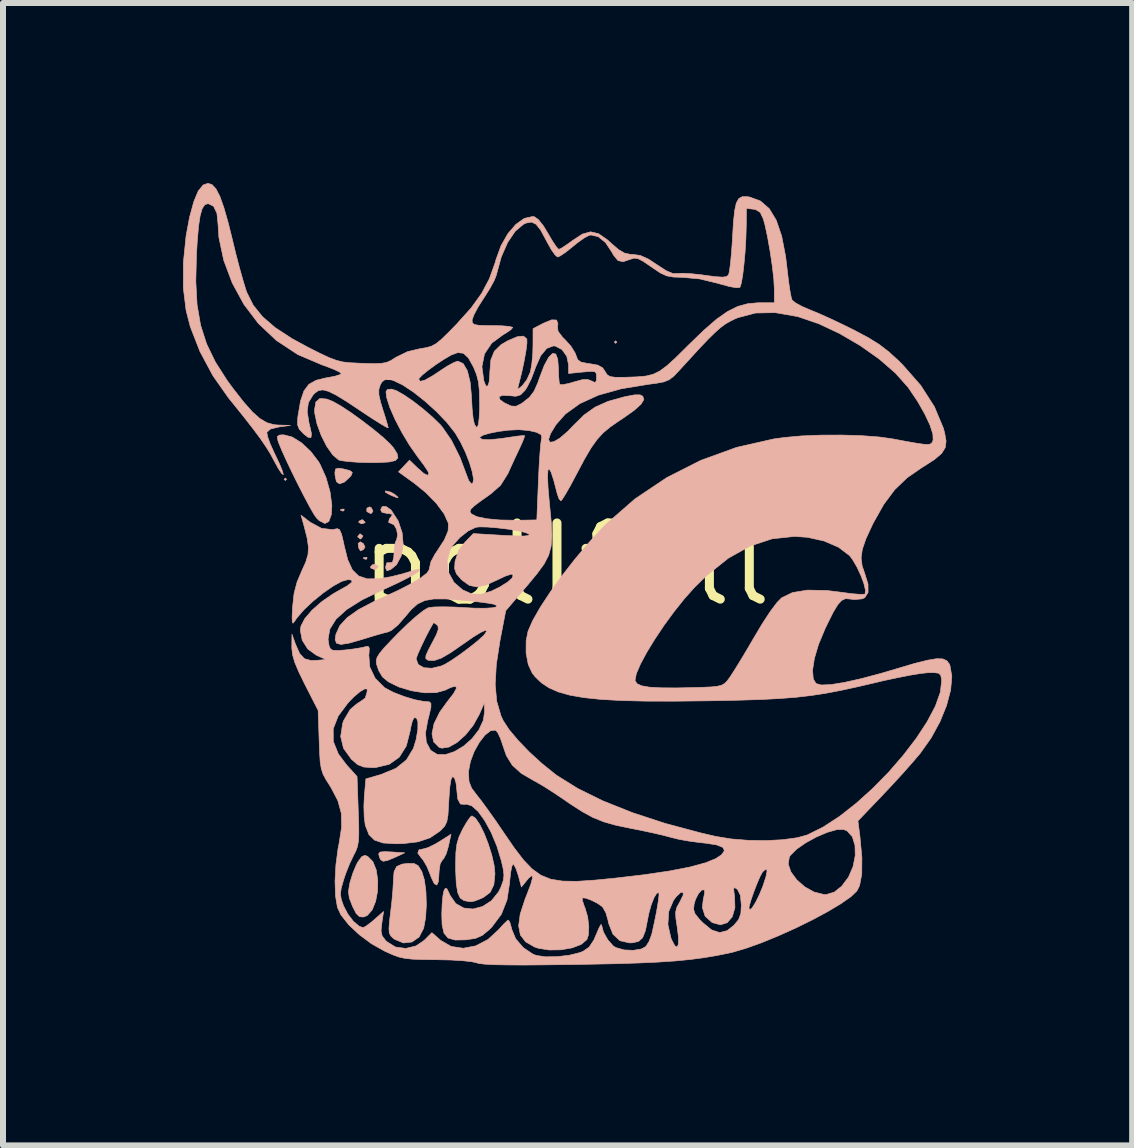
<source format=kicad_pcb>
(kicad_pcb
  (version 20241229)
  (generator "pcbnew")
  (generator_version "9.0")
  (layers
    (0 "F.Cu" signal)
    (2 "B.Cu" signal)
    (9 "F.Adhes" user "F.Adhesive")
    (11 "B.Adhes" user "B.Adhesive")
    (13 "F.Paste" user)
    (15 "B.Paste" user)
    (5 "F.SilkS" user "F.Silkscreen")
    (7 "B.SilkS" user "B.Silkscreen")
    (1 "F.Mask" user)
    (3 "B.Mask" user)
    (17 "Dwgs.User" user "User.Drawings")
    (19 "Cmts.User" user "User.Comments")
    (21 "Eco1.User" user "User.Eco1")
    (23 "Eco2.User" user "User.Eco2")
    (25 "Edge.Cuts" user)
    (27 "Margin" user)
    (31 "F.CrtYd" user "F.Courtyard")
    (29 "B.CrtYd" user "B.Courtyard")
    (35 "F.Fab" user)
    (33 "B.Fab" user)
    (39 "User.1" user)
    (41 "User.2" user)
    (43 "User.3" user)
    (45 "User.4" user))
  (footprint "pollfoll"
    (layer "F.Cu")
    (at 6.383 6.355)
    (property "Reference" "pollfoll" (at 0 0 0) (layer "F.SilkS") (effects (font (size 1.27 1.27) (thickness 0.15))))
    (attr through_hole)
    (fp_poly (pts (xy -4.657 -1.418) (xy -4.678 -1.397) (xy -4.699 -1.418) (xy -4.678 -1.439) (xy -4.657 -1.418)) (stroke (width 0.01) (type solid)) (fill yes) (layer "B.SilkS"))
    (fp_poly (pts (xy 0.847 -3.704) (xy 0.826 -3.683) (xy 0.804 -3.704) (xy 0.826 -3.725) (xy 0.847 -3.704)) (stroke (width 0.01) (type solid)) (fill yes) (layer "B.SilkS"))
    (fp_poly (pts (xy -3.697 -0.917) (xy -3.703 -0.892) (xy -3.725 -0.889) (xy -3.76 -0.904) (xy -3.754 -0.917) (xy -3.703 -0.922) (xy -3.697 -0.917)) (stroke (width 0.01) (type solid)) (fill yes) (layer "B.SilkS"))
    (fp_poly (pts (xy -3.316 -0.113) (xy -3.322 -0.088) (xy -3.344 -0.085) (xy -3.379 -0.1) (xy -3.373 -0.113) (xy -3.322 -0.118) (xy -3.316 -0.113)) (stroke (width 0.01) (type solid)) (fill yes) (layer "B.SilkS"))
    (fp_poly (pts (xy -3.384 -0.739) (xy -3.346 -0.698) (xy -3.389 -0.678) (xy -3.41 -0.677) (xy -3.454 -0.698) (xy -3.45 -0.72) (xy -3.399 -0.745) (xy -3.384 -0.739)) (stroke (width 0.01) (type solid)) (fill yes) (layer "B.SilkS"))
    (fp_poly (pts (xy -3.377 -0.346) (xy -3.35 -0.288) (xy -3.377 -0.247) (xy -3.424 -0.224) (xy -3.454 -0.27) (xy -3.464 -0.349) (xy -3.429 -0.376) (xy -3.377 -0.346)) (stroke (width 0.01) (type solid)) (fill yes) (layer "B.SilkS"))
    (fp_poly (pts (xy -3.388 -0.476) (xy -3.387 -0.466) (xy -3.419 -0.425) (xy -3.429 -0.423) (xy -3.47 -0.456) (xy -3.471 -0.466) (xy -3.439 -0.507) (xy -3.429 -0.508) (xy -3.388 -0.476)) (stroke (width 0.01) (type solid)) (fill yes) (layer "B.SilkS"))
    (fp_poly (pts (xy -3.244 -0.944) (xy -3.218 -0.886) (xy -3.245 -0.848) (xy -3.257 -0.847) (xy -3.315 -0.877) (xy -3.321 -0.886) (xy -3.319 -0.936) (xy -3.275 -0.958) (xy -3.244 -0.944)) (stroke (width 0.01) (type solid)) (fill yes) (layer "B.SilkS"))
    (fp_poly (pts (xy -3.14 0.023) (xy -3.133 0.042) (xy -3.167 0.08) (xy -3.196 0.085) (xy -3.253 0.062) (xy -3.26 0.042) (xy -3.225 0.005) (xy -3.196 0) (xy -3.14 0.023)) (stroke (width 0.01) (type solid)) (fill yes) (layer "B.SilkS"))
    (fp_poly (pts (xy -2.919 -1.203) (xy -2.855 -1.166) (xy -2.798 -1.117) (xy -2.811 -1.109) (xy -2.895 -1.142) (xy -2.942 -1.163) (xy -3.009 -1.201) (xy -3.012 -1.223) (xy -3.003 -1.224) (xy -2.919 -1.203)) (stroke (width 0.01) (type solid)) (fill yes) (layer "B.SilkS"))
    (fp_poly (pts (xy -2.894 4.793) (xy -2.688 4.807) (xy -2.846 4.88) (xy -2.974 4.934) (xy -3.048 4.948) (xy -3.09 4.921) (xy -3.108 4.883) (xy -3.123 4.824) (xy -3.099 4.794) (xy -3.021 4.787) (xy -2.894 4.793)) (stroke (width 0.01) (type solid)) (fill yes) (layer "B.SilkS"))
    (fp_poly (pts (xy -3.718 -1.592) (xy -3.604 -1.564) (xy -3.562 -1.532) (xy -3.581 -1.482) (xy -3.599 -1.459) (xy -3.694 -1.371) (xy -3.775 -1.342) (xy -3.825 -1.376) (xy -3.827 -1.38) (xy -3.849 -1.479) (xy -3.852 -1.533) (xy -3.841 -1.59) (xy -3.789 -1.603) (xy -3.718 -1.592)) (stroke (width 0.01) (type solid)) (fill yes) (layer "B.SilkS"))
    (fp_poly (pts (xy -3.306 4.866) (xy -3.219 4.954) (xy -3.163 5.093) (xy -3.138 5.263) (xy -3.141 5.444) (xy -3.173 5.615) (xy -3.231 5.758) (xy -3.313 5.852) (xy -3.377 5.877) (xy -3.442 5.871) (xy -3.496 5.82) (xy -3.555 5.706) (xy -3.56 5.694) (xy -3.612 5.56) (xy -3.626 5.452) (xy -3.606 5.325) (xy -3.599 5.295) (xy -3.551 5.141) (xy -3.49 4.997) (xy -3.469 4.959) (xy -3.406 4.872) (xy -3.353 4.849) (xy -3.306 4.866)) (stroke (width 0.01) (type solid)) (fill yes) (layer "B.SilkS"))
    (fp_poly (pts (xy -1.959 4.693) (xy -1.995 4.817) (xy -2.039 4.904) (xy -2.058 4.923) (xy -2.098 4.99) (xy -2.116 5.117) (xy -2.117 5.143) (xy -2.127 5.285) (xy -2.154 5.344) (xy -2.196 5.321) (xy -2.248 5.213) (xy -2.263 5.17) (xy -2.319 5.034) (xy -2.384 4.923) (xy -2.414 4.889) (xy -2.471 4.811) (xy -2.452 4.758) (xy -2.376 4.741) (xy -2.3 4.72) (xy -2.186 4.664) (xy -2.11 4.619) (xy -1.917 4.497) (xy -1.959 4.693)) (stroke (width 0.01) (type solid)) (fill yes) (layer "B.SilkS"))
    (fp_poly (pts (xy -4.565 -2.123) (xy -4.409 -2.026) (xy -4.256 -1.883) (xy -4.124 -1.71) (xy -4.1 -1.669) (xy -4.001 -1.449) (xy -3.933 -1.21) (xy -3.903 -0.984) (xy -3.912 -0.828) (xy -3.953 -0.715) (xy -4.019 -0.681) (xy -4.111 -0.728) (xy -4.154 -0.768) (xy -4.2 -0.833) (xy -4.272 -0.958) (xy -4.362 -1.127) (xy -4.462 -1.322) (xy -4.563 -1.526) (xy -4.657 -1.723) (xy -4.735 -1.895) (xy -4.789 -2.026) (xy -4.802 -2.064) (xy -4.812 -2.131) (xy -4.772 -2.156) (xy -4.705 -2.159) (xy -4.565 -2.123)) (stroke (width 0.01) (type solid)) (fill yes) (layer "B.SilkS"))
    (fp_poly (pts (xy -3.986 -2.755) (xy -3.885 -2.714) (xy -3.749 -2.637) (xy -3.579 -2.525) (xy -3.394 -2.391) (xy -3.211 -2.25) (xy -3.05 -2.117) (xy -2.929 -2.004) (xy -2.877 -1.944) (xy -2.815 -1.845) (xy -2.802 -1.775) (xy -2.844 -1.73) (xy -2.951 -1.706) (xy -3.129 -1.697) (xy -3.269 -1.696) (xy -3.461 -1.701) (xy -3.628 -1.713) (xy -3.748 -1.729) (xy -3.789 -1.74) (xy -3.888 -1.824) (xy -3.989 -1.968) (xy -4.08 -2.148) (xy -4.15 -2.34) (xy -4.188 -2.519) (xy -4.191 -2.579) (xy -4.169 -2.706) (xy -4.102 -2.765) (xy -3.986 -2.755)) (stroke (width 0.01) (type solid)) (fill yes) (layer "B.SilkS"))
    (fp_poly (pts (xy -2.53 4.986) (xy -2.464 5.022) (xy -2.407 5.114) (xy -2.403 5.122) (xy -2.36 5.261) (xy -2.335 5.454) (xy -2.328 5.672) (xy -2.34 5.885) (xy -2.373 6.064) (xy -2.449 6.21) (xy -2.568 6.293) (xy -2.71 6.309) (xy -2.855 6.249) (xy -2.877 6.233) (xy -2.921 6.192) (xy -2.945 6.145) (xy -2.951 6.072) (xy -2.942 5.951) (xy -2.924 5.8) (xy -2.902 5.61) (xy -2.886 5.429) (xy -2.878 5.292) (xy -2.878 5.272) (xy -2.866 5.121) (xy -2.823 5.035) (xy -2.732 4.995) (xy -2.643 4.984) (xy -2.53 4.986)) (stroke (width 0.01) (type solid)) (fill yes) (layer "B.SilkS"))
    (fp_poly (pts (xy -1.51 4.229) (xy -1.44 4.332) (xy -1.366 4.48) (xy -1.297 4.655) (xy -1.239 4.839) (xy -1.199 5.014) (xy -1.185 5.153) (xy -1.203 5.339) (xy -1.265 5.466) (xy -1.38 5.552) (xy -1.42 5.57) (xy -1.525 5.611) (xy -1.596 5.622) (xy -1.677 5.608) (xy -1.704 5.601) (xy -1.764 5.56) (xy -1.806 5.468) (xy -1.83 5.314) (xy -1.84 5.09) (xy -1.84 4.995) (xy -1.836 4.801) (xy -1.819 4.661) (xy -1.784 4.542) (xy -1.724 4.415) (xy -1.723 4.413) (xy -1.655 4.295) (xy -1.598 4.214) (xy -1.569 4.191) (xy -1.51 4.229)) (stroke (width 0.01) (type solid)) (fill yes) (layer "B.SilkS"))
    (fp_poly (pts (xy -2.998 -0.964) (xy -2.919 -0.908) (xy -2.912 -0.9) (xy -2.797 -0.723) (xy -2.731 -0.525) (xy -2.714 -0.325) (xy -2.746 -0.141) (xy -2.826 0.007) (xy -2.921 0.085) (xy -2.985 0.107) (xy -3.005 0.066) (xy -3.006 0.039) (xy -2.987 -0.027) (xy -2.942 -0.027) (xy -2.893 -0.033) (xy -2.872 -0.11) (xy -2.871 -0.118) (xy -2.862 -0.256) (xy -2.852 -0.335) (xy -2.839 -0.381) (xy -2.823 -0.411) (xy -2.807 -0.491) (xy -2.825 -0.586) (xy -2.867 -0.659) (xy -2.904 -0.677) (xy -2.958 -0.7) (xy -2.943 -0.76) (xy -2.913 -0.796) (xy -2.893 -0.833) (xy -2.944 -0.846) (xy -2.976 -0.847) (xy -3.067 -0.867) (xy -3.09 -0.91) (xy -3.063 -0.965) (xy -2.998 -0.964)) (stroke (width 0.01) (type solid)) (fill yes) (layer "B.SilkS"))
    (fp_poly (pts (xy -5.899 -6.328) (xy -5.834 -6.258) (xy -5.769 -6.133) (xy -5.702 -5.944) (xy -5.628 -5.685) (xy -5.563 -5.422) (xy -5.503 -5.175) (xy -5.441 -4.938) (xy -5.383 -4.732) (xy -5.336 -4.577) (xy -5.319 -4.53) (xy -5.214 -4.32) (xy -5.059 -4.128) (xy -4.845 -3.944) (xy -4.563 -3.76) (xy -4.303 -3.619) (xy -4.099 -3.516) (xy -3.947 -3.445) (xy -3.827 -3.4) (xy -3.717 -3.373) (xy -3.593 -3.36) (xy -3.435 -3.352) (xy -3.403 -3.351) (xy -3.212 -3.345) (xy -3.083 -3.349) (xy -2.992 -3.365) (xy -2.917 -3.398) (xy -2.838 -3.449) (xy -2.642 -3.545) (xy -2.43 -3.595) (xy -2.326 -3.612) (xy -2.243 -3.636) (xy -2.166 -3.678) (xy -2.078 -3.749) (xy -1.963 -3.861) (xy -1.822 -4.005) (xy -1.768 -4.066) (xy -1.566 -4.066) (xy -1.56 -4.023) (xy -1.528 -3.997) (xy -1.455 -3.984) (xy -1.323 -3.98) (xy -1.228 -3.979) (xy -1.07 -3.976) (xy -0.952 -3.966) (xy -0.892 -3.951) (xy -0.889 -3.947) (xy -0.923 -3.908) (xy -1.007 -3.851) (xy -1.041 -3.832) (xy -1.238 -3.688) (xy -1.359 -3.508) (xy -1.402 -3.295) (xy -1.37 -3.059) (xy -1.337 -2.975) (xy -1.306 -2.97) (xy -1.282 -3.036) (xy -1.271 -3.166) (xy -1.27 -3.208) (xy -1.253 -3.408) (xy -1.195 -3.552) (xy -1.082 -3.662) (xy -0.973 -3.726) (xy -0.813 -3.794) (xy -0.709 -3.804) (xy -0.654 -3.757) (xy -0.653 -3.753) (xy -0.652 -3.686) (xy -0.668 -3.558) (xy -0.698 -3.391) (xy -0.737 -3.206) (xy -0.783 -3.023) (xy -0.788 -3.006) (xy -0.805 -2.934) (xy -0.787 -2.929) (xy -0.727 -2.98) (xy -0.653 -3.077) (xy -0.596 -3.203) (xy -0.593 -3.213) (xy -0.571 -3.338) (xy -0.555 -3.507) (xy -0.551 -3.647) (xy -0.55 -3.928) (xy -0.378 -4.018) (xy -0.239 -4.075) (xy -0.158 -4.072) (xy -0.135 -4.009) (xy -0.142 -3.968) (xy -0.134 -3.886) (xy -0.061 -3.788) (xy -0.017 -3.745) (xy 0.081 -3.636) (xy 0.151 -3.523) (xy 0.164 -3.488) (xy 0.194 -3.411) (xy 0.249 -3.371) (xy 0.355 -3.349) (xy 0.396 -3.344) (xy 0.531 -3.32) (xy 0.61 -3.275) (xy 0.649 -3.217) (xy 0.684 -3.161) (xy 0.733 -3.13) (xy 0.817 -3.118) (xy 0.96 -3.118) (xy 0.992 -3.118) (xy 1.183 -3.125) (xy 1.331 -3.138) (xy 1.452 -3.168) (xy 1.564 -3.223) (xy 1.682 -3.311) (xy 1.824 -3.44) (xy 2.006 -3.62) (xy 2.042 -3.656) (xy 2.294 -3.899) (xy 2.505 -4.083) (xy 2.69 -4.213) (xy 2.86 -4.298) (xy 3.027 -4.344) (xy 3.204 -4.36) (xy 3.226 -4.36) (xy 3.471 -4.36) (xy 3.471 -4.586) (xy 3.462 -4.752) (xy 3.437 -4.971) (xy 3.401 -5.214) (xy 3.359 -5.451) (xy 3.316 -5.653) (xy 3.287 -5.757) (xy 3.236 -5.865) (xy 3.161 -5.912) (xy 3.122 -5.919) (xy 3.006 -5.932) (xy 3.003 -5.644) (xy 2.997 -5.431) (xy 2.984 -5.21) (xy 2.965 -5.001) (xy 2.944 -4.821) (xy 2.921 -4.687) (xy 2.898 -4.618) (xy 2.895 -4.615) (xy 2.839 -4.61) (xy 2.723 -4.63) (xy 2.568 -4.672) (xy 2.54 -4.681) (xy 2.228 -4.757) (xy 1.944 -4.783) (xy 1.789 -4.788) (xy 1.676 -4.808) (xy 1.572 -4.856) (xy 1.441 -4.944) (xy 1.421 -4.958) (xy 1.288 -5.049) (xy 1.2 -5.095) (xy 1.135 -5.104) (xy 1.074 -5.085) (xy 0.951 -5.044) (xy 0.865 -5.063) (xy 0.793 -5.151) (xy 0.762 -5.206) (xy 0.657 -5.364) (xy 0.537 -5.461) (xy 0.417 -5.489) (xy 0.382 -5.482) (xy 0.303 -5.44) (xy 0.19 -5.36) (xy 0.102 -5.288) (xy -0.009 -5.199) (xy -0.1 -5.139) (xy -0.142 -5.122) (xy -0.184 -5.158) (xy -0.249 -5.251) (xy -0.322 -5.383) (xy -0.33 -5.399) (xy -0.422 -5.569) (xy -0.5 -5.668) (xy -0.577 -5.705) (xy -0.665 -5.688) (xy -0.709 -5.668) (xy -0.847 -5.552) (xy -0.973 -5.366) (xy -1.08 -5.122) (xy -1.159 -4.833) (xy -1.162 -4.821) (xy -1.196 -4.734) (xy -1.266 -4.604) (xy -1.358 -4.457) (xy -1.375 -4.432) (xy -1.466 -4.289) (xy -1.533 -4.163) (xy -1.565 -4.077) (xy -1.566 -4.066) (xy -1.768 -4.066) (xy -1.584 -4.27) (xy -1.407 -4.515) (xy -1.277 -4.761) (xy -1.181 -5.029) (xy -1.167 -5.08) (xy -1.083 -5.311) (xy -0.969 -5.511) (xy -0.836 -5.666) (xy -0.695 -5.766) (xy -0.557 -5.797) (xy -0.528 -5.793) (xy -0.462 -5.747) (xy -0.376 -5.639) (xy -0.3 -5.513) (xy -0.224 -5.384) (xy -0.16 -5.289) (xy -0.121 -5.25) (xy -0.12 -5.249) (xy -0.07 -5.273) (xy 0.023 -5.335) (xy 0.109 -5.397) (xy 0.272 -5.504) (xy 0.409 -5.542) (xy 0.541 -5.511) (xy 0.688 -5.409) (xy 0.748 -5.355) (xy 0.874 -5.246) (xy 0.973 -5.188) (xy 1.071 -5.166) (xy 1.114 -5.165) (xy 1.237 -5.148) (xy 1.37 -5.089) (xy 1.516 -4.993) (xy 1.67 -4.893) (xy 1.78 -4.847) (xy 1.852 -4.846) (xy 1.938 -4.851) (xy 2.081 -4.844) (xy 2.254 -4.826) (xy 2.311 -4.818) (xy 2.491 -4.794) (xy 2.606 -4.787) (xy 2.672 -4.795) (xy 2.705 -4.82) (xy 2.708 -4.824) (xy 2.723 -4.886) (xy 2.74 -5.015) (xy 2.757 -5.193) (xy 2.772 -5.403) (xy 2.774 -5.445) (xy 2.79 -5.708) (xy 2.81 -5.897) (xy 2.838 -6.023) (xy 2.879 -6.096) (xy 2.937 -6.128) (xy 3.017 -6.128) (xy 3.063 -6.121) (xy 3.24 -6.055) (xy 3.386 -5.928) (xy 3.503 -5.735) (xy 3.593 -5.471) (xy 3.659 -5.132) (xy 3.685 -4.914) (xy 3.707 -4.724) (xy 3.731 -4.561) (xy 3.753 -4.446) (xy 3.766 -4.406) (xy 3.823 -4.358) (xy 3.935 -4.297) (xy 4.071 -4.239) (xy 4.219 -4.178) (xy 4.415 -4.09) (xy 4.631 -3.987) (xy 4.805 -3.901) (xy 5.036 -3.778) (xy 5.217 -3.666) (xy 5.376 -3.544) (xy 5.543 -3.392) (xy 5.611 -3.324) (xy 5.911 -2.982) (xy 6.138 -2.628) (xy 6.287 -2.272) (xy 6.309 -2.191) (xy 6.333 -2.055) (xy 6.319 -1.946) (xy 6.259 -1.849) (xy 6.142 -1.749) (xy 5.959 -1.631) (xy 5.934 -1.616) (xy 5.686 -1.445) (xy 5.477 -1.245) (xy 5.294 -0.999) (xy 5.119 -0.688) (xy 5.101 -0.651) (xy 4.997 -0.426) (xy 4.937 -0.251) (xy 4.917 -0.107) (xy 4.934 0.026) (xy 4.974 0.142) (xy 5.032 0.328) (xy 5.033 0.468) (xy 4.978 0.555) (xy 4.932 0.575) (xy 4.807 0.586) (xy 4.726 0.577) (xy 4.657 0.571) (xy 4.594 0.6) (xy 4.528 0.672) (xy 4.452 0.798) (xy 4.356 0.99) (xy 4.315 1.076) (xy 4.207 1.335) (xy 4.138 1.569) (xy 4.108 1.764) (xy 4.12 1.91) (xy 4.166 1.986) (xy 4.252 2.01) (xy 4.41 2.004) (xy 4.635 1.968) (xy 4.921 1.904) (xy 5.261 1.813) (xy 5.538 1.731) (xy 5.815 1.649) (xy 6.024 1.597) (xy 6.174 1.572) (xy 6.278 1.575) (xy 6.346 1.606) (xy 6.389 1.663) (xy 6.397 1.683) (xy 6.429 1.866) (xy 6.409 2.094) (xy 6.341 2.352) (xy 6.231 2.623) (xy 6.084 2.892) (xy 5.907 3.142) (xy 5.895 3.157) (xy 5.768 3.306) (xy 5.604 3.491) (xy 5.423 3.688) (xy 5.259 3.862) (xy 4.864 4.275) (xy 4.898 4.54) (xy 4.93 4.889) (xy 4.928 5.161) (xy 4.891 5.355) (xy 4.846 5.443) (xy 4.746 5.539) (xy 4.58 5.655) (xy 4.363 5.785) (xy 4.108 5.922) (xy 3.83 6.059) (xy 3.543 6.188) (xy 3.261 6.304) (xy 2.999 6.398) (xy 2.77 6.465) (xy 2.726 6.475) (xy 2.509 6.519) (xy 2.293 6.555) (xy 2.065 6.585) (xy 1.816 6.609) (xy 1.533 6.628) (xy 1.205 6.643) (xy 0.822 6.655) (xy 0.371 6.664) (xy 0.085 6.669) (xy -0.352 6.674) (xy -0.709 6.677) (xy -0.992 6.675) (xy -1.207 6.671) (xy -1.358 6.662) (xy -1.451 6.651) (xy -1.482 6.642) (xy -1.567 6.622) (xy -1.721 6.605) (xy -1.925 6.593) (xy -2.159 6.588) (xy -2.392 6.585) (xy -2.561 6.579) (xy -2.687 6.565) (xy -2.79 6.542) (xy -2.891 6.505) (xy -3.012 6.45) (xy -3.027 6.443) (xy -3.244 6.321) (xy -3.448 6.169) (xy -3.623 6.004) (xy -3.751 5.842) (xy -3.81 5.716) (xy -3.842 5.523) (xy -3.85 5.277) (xy -3.835 5.005) (xy -3.799 4.733) (xy -3.783 4.654) (xy -3.74 4.378) (xy -3.745 4.148) (xy -3.803 3.937) (xy -3.917 3.719) (xy -3.934 3.692) (xy -4.003 3.583) (xy -4.05 3.494) (xy -4.079 3.404) (xy -4.097 3.293) (xy -4.107 3.137) (xy -4.114 2.937) (xy -4.121 2.74) (xy -3.88 2.74) (xy -3.879 2.949) (xy -3.795 3.158) (xy -3.663 3.335) (xy -3.483 3.535) (xy -3.463 4.102) (xy -3.455 4.335) (xy -3.454 4.502) (xy -3.461 4.619) (xy -3.477 4.705) (xy -3.504 4.779) (xy -3.537 4.843) (xy -3.606 4.986) (xy -3.675 5.161) (xy -3.707 5.257) (xy -3.747 5.397) (xy -3.76 5.493) (xy -3.746 5.582) (xy -3.708 5.691) (xy -3.637 5.827) (xy -3.544 5.948) (xy -3.448 6.03) (xy -3.382 6.054) (xy -3.332 6.028) (xy -3.245 5.962) (xy -3.194 5.919) (xy -3.041 5.784) (xy -3.07 5.98) (xy -3.083 6.108) (xy -3.065 6.191) (xy -3.008 6.266) (xy -2.991 6.284) (xy -2.844 6.376) (xy -2.672 6.4) (xy -2.499 6.358) (xy -2.363 6.265) (xy -2.236 6.137) (xy -2.09 6.265) (xy -1.914 6.367) (xy -1.713 6.397) (xy -1.504 6.357) (xy -1.3 6.25) (xy -1.127 6.091) (xy -1.042 5.997) (xy -0.98 5.938) (xy -0.961 5.927) (xy -0.937 5.964) (xy -0.911 6.055) (xy -0.907 6.077) (xy -0.84 6.238) (xy -0.714 6.386) (xy -0.556 6.493) (xy -0.495 6.517) (xy -0.343 6.54) (xy -0.148 6.537) (xy 0.055 6.513) (xy 0.23 6.47) (xy 0.284 6.448) (xy 0.385 6.378) (xy 0.463 6.261) (xy 0.504 6.166) (xy 0.55 6.058) (xy 0.581 6.002) (xy 0.59 6.005) (xy 0.623 6.127) (xy 0.696 6.257) (xy 0.787 6.359) (xy 0.83 6.386) (xy 0.968 6.425) (xy 1.121 6.432) (xy 1.256 6.409) (xy 1.329 6.369) (xy 1.383 6.285) (xy 1.428 6.165) (xy 1.432 6.147) (xy 1.464 6.003) (xy 1.697 6.003) (xy 1.748 6.227) (xy 1.758 6.253) (xy 1.811 6.354) (xy 1.85 6.378) (xy 1.872 6.331) (xy 1.874 6.219) (xy 1.853 6.049) (xy 1.83 5.895) (xy 1.826 5.793) (xy 1.838 5.75) (xy 2.125 5.75) (xy 2.15 5.824) (xy 2.22 5.911) (xy 2.276 5.969) (xy 2.426 6.092) (xy 2.559 6.136) (xy 2.686 6.103) (xy 2.797 6.015) (xy 2.876 5.919) (xy 2.913 5.818) (xy 2.918 5.726) (xy 3.048 5.726) (xy 3.063 5.757) (xy 3.102 5.723) (xy 3.157 5.635) (xy 3.221 5.506) (xy 3.279 5.366) (xy 3.331 5.207) (xy 3.35 5.109) (xy 3.335 5.076) (xy 3.286 5.114) (xy 3.27 5.133) (xy 3.233 5.202) (xy 3.181 5.322) (xy 3.127 5.464) (xy 3.08 5.598) (xy 3.052 5.698) (xy 3.048 5.726) (xy 2.918 5.726) (xy 2.921 5.681) (xy 2.906 5.516) (xy 2.859 5.421) (xy 2.851 5.413) (xy 2.808 5.385) (xy 2.793 5.406) (xy 2.802 5.492) (xy 2.808 5.53) (xy 2.814 5.722) (xy 2.77 5.872) (xy 2.687 5.971) (xy 2.573 6.007) (xy 2.437 5.97) (xy 2.436 5.97) (xy 2.318 5.864) (xy 2.271 5.718) (xy 2.287 5.583) (xy 2.308 5.484) (xy 2.307 5.426) (xy 2.305 5.424) (xy 2.261 5.427) (xy 2.206 5.488) (xy 2.157 5.584) (xy 2.134 5.662) (xy 2.125 5.75) (xy 1.838 5.75) (xy 1.847 5.714) (xy 1.895 5.626) (xy 1.901 5.616) (xy 1.952 5.511) (xy 1.95 5.462) (xy 1.908 5.47) (xy 1.836 5.538) (xy 1.789 5.601) (xy 1.711 5.786) (xy 1.697 6.003) (xy 1.464 6.003) (xy 1.473 5.962) (xy 1.509 5.783) (xy 1.535 5.628) (xy 1.549 5.518) (xy 1.548 5.471) (xy 1.512 5.48) (xy 1.466 5.554) (xy 1.419 5.674) (xy 1.378 5.822) (xy 1.359 5.92) (xy 1.322 6.106) (xy 1.276 6.222) (xy 1.209 6.283) (xy 1.109 6.306) (xy 1.056 6.308) (xy 0.897 6.271) (xy 0.781 6.162) (xy 0.709 5.981) (xy 0.699 5.929) (xy 0.663 5.805) (xy 0.61 5.711) (xy 0.6 5.701) (xy 0.522 5.647) (xy 0.42 5.596) (xy 0.327 5.562) (xy 0.271 5.557) (xy 0.269 5.559) (xy 0.273 5.604) (xy 0.304 5.697) (xy 0.317 5.728) (xy 0.36 5.875) (xy 0.379 6.036) (xy 0.372 6.177) (xy 0.347 6.253) (xy 0.253 6.333) (xy 0.1 6.391) (xy -0.086 6.423) (xy -0.282 6.426) (xy -0.463 6.397) (xy -0.527 6.375) (xy -0.674 6.29) (xy -0.761 6.176) (xy -0.79 6.025) (xy -0.764 5.828) (xy -0.682 5.576) (xy -0.657 5.514) (xy -0.587 5.33) (xy -0.558 5.221) (xy -0.568 5.186) (xy -0.619 5.225) (xy -0.649 5.26) (xy -0.744 5.377) (xy -0.795 5.186) (xy -0.833 5.073) (xy -0.869 5.005) (xy -0.883 4.995) (xy -0.904 5.034) (xy -0.924 5.137) (xy -0.939 5.281) (xy -0.94 5.302) (xy -0.984 5.592) (xy -1.078 5.831) (xy -1.233 6.039) (xy -1.286 6.092) (xy -1.396 6.183) (xy -1.507 6.232) (xy -1.659 6.255) (xy -1.672 6.257) (xy -1.849 6.26) (xy -1.967 6.226) (xy -2.035 6.144) (xy -2.066 6.002) (xy -2.071 5.825) (xy -2.065 5.662) (xy -2.052 5.523) (xy -2.035 5.44) (xy -2.01 5.395) (xy -1.983 5.41) (xy -1.942 5.494) (xy -1.934 5.514) (xy -1.838 5.652) (xy -1.704 5.727) (xy -1.55 5.743) (xy -1.391 5.701) (xy -1.243 5.605) (xy -1.124 5.457) (xy -1.083 5.373) (xy -1.046 5.268) (xy -1.035 5.178) (xy -1.048 5.071) (xy -1.079 4.938) (xy -1.154 4.692) (xy -1.249 4.465) (xy -1.355 4.271) (xy -1.464 4.119) (xy -1.57 4.024) (xy -1.664 3.995) (xy -1.687 4) (xy -1.76 3.994) (xy -1.805 3.91) (xy -1.82 3.768) (xy -1.832 3.649) (xy -1.858 3.562) (xy -1.86 3.558) (xy -1.891 3.536) (xy -1.916 3.581) (xy -1.936 3.698) (xy -1.951 3.893) (xy -1.958 4.016) (xy -1.968 4.181) (xy -1.987 4.288) (xy -2.022 4.361) (xy -2.084 4.428) (xy -2.105 4.447) (xy -2.267 4.557) (xy -2.468 4.624) (xy -2.724 4.654) (xy -2.842 4.656) (xy -3.05 4.643) (xy -3.192 4.595) (xy -3.285 4.503) (xy -3.342 4.357) (xy -3.347 4.339) (xy -3.364 4.207) (xy -3.369 4.032) (xy -3.362 3.873) (xy -3.336 3.575) (xy -3.079 3.5) (xy -3.027 3.478) (xy -1.626 3.478) (xy -1.617 3.618) (xy -1.574 3.729) (xy -1.492 3.838) (xy -1.415 3.936) (xy -1.306 4.085) (xy -1.178 4.265) (xy -1.047 4.457) (xy -1.041 4.466) (xy -0.864 4.724) (xy -0.71 4.925) (xy -0.566 5.075) (xy -0.418 5.181) (xy -0.254 5.247) (xy -0.058 5.278) (xy 0.181 5.282) (xy 0.479 5.262) (xy 0.815 5.229) (xy 1.309 5.171) (xy 1.721 5.11) (xy 2.053 5.046) (xy 2.247 4.994) (xy 3.702 4.994) (xy 3.748 5.126) (xy 3.845 5.257) (xy 3.978 5.374) (xy 4.133 5.46) (xy 4.296 5.501) (xy 4.333 5.503) (xy 4.47 5.462) (xy 4.593 5.364) (xy 4.707 5.212) (xy 4.783 5.036) (xy 4.819 4.853) (xy 4.815 4.682) (xy 4.771 4.539) (xy 4.685 4.443) (xy 4.626 4.418) (xy 4.509 4.421) (xy 4.349 4.467) (xy 4.169 4.544) (xy 3.993 4.641) (xy 3.842 4.746) (xy 3.739 4.849) (xy 3.721 4.877) (xy 3.702 4.994) (xy 2.247 4.994) (xy 2.31 4.978) (xy 2.492 4.905) (xy 2.591 4.84) (xy 2.639 4.771) (xy 2.613 4.716) (xy 2.51 4.675) (xy 2.326 4.646) (xy 2.266 4.64) (xy 2.075 4.616) (xy 1.886 4.583) (xy 1.747 4.549) (xy 1.62 4.515) (xy 1.437 4.473) (xy 1.226 4.428) (xy 1.082 4.4) (xy 0.832 4.348) (xy 0.63 4.291) (xy 0.452 4.22) (xy 0.271 4.121) (xy 0.061 3.986) (xy -0.041 3.915) (xy -0.208 3.803) (xy -0.371 3.699) (xy -0.503 3.622) (xy -0.534 3.606) (xy -0.748 3.481) (xy -0.895 3.348) (xy -0.994 3.189) (xy -1.046 3.039) (xy -1.092 2.902) (xy -1.14 2.801) (xy -1.175 2.763) (xy -1.258 2.772) (xy -1.353 2.847) (xy -1.447 2.969) (xy -1.532 3.121) (xy -1.594 3.287) (xy -1.625 3.449) (xy -1.626 3.478) (xy -3.027 3.478) (xy -2.835 3.399) (xy -2.659 3.258) (xy -2.544 3.067) (xy -2.497 2.913) (xy -2.47 2.749) (xy -2.469 2.627) (xy -2.492 2.559) (xy -2.534 2.557) (xy -2.561 2.61) (xy -2.588 2.715) (xy -2.597 2.772) (xy -2.662 3.026) (xy -2.779 3.213) (xy -2.947 3.332) (xy -3.166 3.384) (xy -3.232 3.387) (xy -3.373 3.377) (xy -3.473 3.337) (xy -3.576 3.248) (xy -3.578 3.246) (xy -3.708 3.066) (xy -3.756 2.868) (xy -3.722 2.648) (xy -3.706 2.603) (xy -3.597 2.418) (xy -3.49 2.327) (xy -3.399 2.267) (xy -3.348 2.228) (xy -3.344 2.223) (xy -3.331 2.176) (xy -3.319 2.141) (xy -3.311 2.08) (xy -3.352 2.074) (xy -3.431 2.119) (xy -3.538 2.209) (xy -3.631 2.305) (xy -3.797 2.527) (xy -3.88 2.74) (xy -4.121 2.74) (xy -4.131 2.434) (xy -4.352 2.001) (xy -4.455 1.79) (xy -4.521 1.633) (xy -4.557 1.508) (xy -4.57 1.397) (xy -4.57 1.366) (xy -4.568 1.164) (xy -4.509 1.329) (xy -4.44 1.485) (xy -4.36 1.572) (xy -4.251 1.602) (xy -4.165 1.6) (xy -4 1.586) (xy -4.161 1.514) (xy -4.303 1.411) (xy -4.397 1.264) (xy -4.428 1.1) (xy -4.418 1.029) (xy -4.355 0.906) (xy -4.234 0.764) (xy -4.071 0.621) (xy -3.884 0.492) (xy -3.8 0.444) (xy -3.645 0.357) (xy -3.569 0.297) (xy -3.571 0.263) (xy -3.634 0.254) (xy -3.739 0.283) (xy -3.882 0.362) (xy -4.046 0.476) (xy -4.213 0.611) (xy -4.366 0.754) (xy -4.485 0.891) (xy -4.527 0.953) (xy -4.551 0.981) (xy -4.563 0.956) (xy -4.565 0.867) (xy -4.557 0.708) (xy -4.532 0.482) (xy -4.482 0.292) (xy -4.401 0.102) (xy -4.336 -0.042) (xy -4.3 -0.165) (xy -4.293 -0.288) (xy -4.314 -0.436) (xy -4.364 -0.632) (xy -4.387 -0.716) (xy -4.416 -0.819) (xy -4.26 -0.7) (xy -4.075 -0.601) (xy -3.891 -0.579) (xy -3.814 -0.595) (xy -3.776 -0.581) (xy -3.742 -0.505) (xy -3.706 -0.357) (xy -3.7 -0.323) (xy -3.639 -0.079) (xy -3.561 0.091) (xy -3.456 0.194) (xy -3.312 0.241) (xy -3.122 0.239) (xy -3.101 0.237) (xy -2.919 0.206) (xy -2.722 0.157) (xy -2.641 0.132) (xy -2.507 0.092) (xy -2.444 0.085) (xy -2.447 0.106) (xy -2.508 0.152) (xy -2.623 0.218) (xy -2.787 0.301) (xy -2.992 0.397) (xy -3.06 0.427) (xy -3.398 0.591) (xy -3.655 0.752) (xy -3.833 0.913) (xy -3.936 1.077) (xy -3.966 1.247) (xy -3.95 1.353) (xy -3.928 1.407) (xy -3.886 1.432) (xy -3.8 1.435) (xy -3.687 1.427) (xy -3.537 1.409) (xy -3.41 1.388) (xy -3.358 1.376) (xy -3.3 1.364) (xy -3.279 1.394) (xy -3.283 1.484) (xy -3.287 1.509) (xy -3.271 1.71) (xy -3.181 1.898) (xy -3.028 2.051) (xy -3.013 2.061) (xy -2.879 2.132) (xy -2.703 2.2) (xy -2.522 2.255) (xy -2.37 2.284) (xy -2.332 2.286) (xy -2.278 2.291) (xy -2.252 2.316) (xy -2.252 2.379) (xy -2.278 2.496) (xy -2.304 2.598) (xy -2.342 2.806) (xy -2.329 2.963) (xy -2.263 3.088) (xy -2.252 3.101) (xy -2.146 3.167) (xy -2.01 3.17) (xy -1.859 3.12) (xy -1.706 3.028) (xy -1.566 2.904) (xy -1.452 2.757) (xy -1.378 2.597) (xy -1.358 2.457) (xy -1.361 2.307) (xy -1.445 2.498) (xy -1.547 2.682) (xy -1.675 2.842) (xy -1.815 2.967) (xy -1.951 3.044) (xy -2.071 3.063) (xy -2.117 3.048) (xy -2.207 2.957) (xy -2.234 2.823) (xy -2.2 2.655) (xy -2.106 2.464) (xy -1.987 2.298) (xy -1.875 2.154) (xy -1.826 2.064) (xy -1.84 2.03) (xy -1.917 2.049) (xy -2.017 2.097) (xy -2.166 2.138) (xy -2.361 2.14) (xy -2.576 2.106) (xy -2.784 2.044) (xy -2.872 2.001) (xy -1.181 2.001) (xy -1.155 2.282) (xy -1.085 2.522) (xy -1.048 2.603) (xy -0.95 2.753) (xy -0.799 2.933) (xy -0.611 3.128) (xy -0.402 3.319) (xy -0.19 3.49) (xy -0.148 3.521) (xy 0.197 3.736) (xy 0.618 3.943) (xy 1.105 4.137) (xy 1.65 4.316) (xy 2.244 4.475) (xy 2.498 4.534) (xy 2.755 4.576) (xy 3.042 4.599) (xy 3.336 4.603) (xy 3.614 4.588) (xy 3.854 4.555) (xy 4.022 4.508) (xy 4.282 4.379) (xy 4.556 4.201) (xy 4.835 3.982) (xy 5.111 3.733) (xy 5.376 3.463) (xy 5.62 3.181) (xy 5.837 2.898) (xy 6.018 2.622) (xy 6.154 2.364) (xy 6.237 2.132) (xy 6.26 1.937) (xy 6.258 1.917) (xy 6.244 1.847) (xy 6.208 1.813) (xy 6.126 1.804) (xy 6.032 1.805) (xy 5.916 1.817) (xy 5.738 1.846) (xy 5.52 1.889) (xy 5.281 1.94) (xy 5.182 1.964) (xy 4.861 2.039) (xy 4.581 2.1) (xy 4.325 2.149) (xy 4.08 2.186) (xy 3.829 2.215) (xy 3.558 2.236) (xy 3.252 2.252) (xy 2.895 2.263) (xy 2.472 2.272) (xy 2.349 2.274) (xy 1.797 2.28) (xy 1.322 2.279) (xy 0.918 2.269) (xy 0.578 2.25) (xy 0.294 2.22) (xy 0.06 2.179) (xy -0.13 2.125) (xy -0.285 2.057) (xy -0.41 1.974) (xy -0.457 1.929) (xy 1.15 1.929) (xy 1.152 1.94) (xy 1.182 1.988) (xy 1.258 2.023) (xy 1.387 2.046) (xy 1.578 2.057) (xy 1.841 2.059) (xy 2.03 2.055) (xy 2.26 2.049) (xy 2.422 2.042) (xy 2.529 2.03) (xy 2.599 2.011) (xy 2.646 1.982) (xy 2.687 1.94) (xy 2.689 1.937) (xy 2.741 1.865) (xy 2.825 1.734) (xy 2.931 1.561) (xy 3.05 1.361) (xy 3.115 1.249) (xy 3.268 0.992) (xy 3.404 0.784) (xy 3.516 0.635) (xy 3.592 0.558) (xy 3.773 0.47) (xy 4.024 0.429) (xy 4.345 0.435) (xy 4.601 0.467) (xy 4.765 0.489) (xy 4.896 0.499) (xy 4.973 0.497) (xy 4.983 0.492) (xy 4.99 0.432) (xy 4.964 0.321) (xy 4.913 0.184) (xy 4.846 0.041) (xy 4.773 -0.083) (xy 4.722 -0.148) (xy 4.54 -0.286) (xy 4.301 -0.389) (xy 4.024 -0.451) (xy 3.807 -0.466) (xy 3.434 -0.426) (xy 3.068 -0.306) (xy 2.706 -0.104) (xy 2.348 0.181) (xy 2.141 0.383) (xy 1.97 0.575) (xy 1.797 0.792) (xy 1.629 1.022) (xy 1.475 1.253) (xy 1.342 1.471) (xy 1.238 1.665) (xy 1.171 1.822) (xy 1.15 1.929) (xy -0.457 1.929) (xy -0.513 1.875) (xy -0.563 1.813) (xy -0.63 1.668) (xy -0.666 1.477) (xy -0.665 1.274) (xy -0.634 1.116) (xy -0.557 0.939) (xy -0.43 0.716) (xy -0.262 0.46) (xy -0.065 0.186) (xy 0.153 -0.093) (xy 0.381 -0.363) (xy 0.609 -0.611) (xy 0.677 -0.679) (xy 1.15 -1.092) (xy 1.677 -1.445) (xy 2.245 -1.733) (xy 2.843 -1.95) (xy 3.46 -2.09) (xy 3.64 -2.115) (xy 3.928 -2.141) (xy 4.254 -2.154) (xy 4.595 -2.155) (xy 4.924 -2.145) (xy 5.218 -2.123) (xy 5.44 -2.092) (xy 5.684 -2.046) (xy 5.858 -2.016) (xy 5.974 -2) (xy 6.045 -1.999) (xy 6.084 -2.012) (xy 6.105 -2.038) (xy 6.117 -2.073) (xy 6.113 -2.171) (xy 6.065 -2.321) (xy 5.978 -2.506) (xy 5.861 -2.712) (xy 5.72 -2.922) (xy 5.698 -2.953) (xy 5.49 -3.187) (xy 5.218 -3.423) (xy 4.902 -3.646) (xy 4.56 -3.846) (xy 4.212 -4.01) (xy 3.877 -4.124) (xy 3.852 -4.131) (xy 3.486 -4.195) (xy 3.159 -4.189) (xy 2.866 -4.112) (xy 2.815 -4.091) (xy 2.73 -4.049) (xy 2.653 -4.004) (xy 2.573 -3.945) (xy 2.482 -3.864) (xy 2.369 -3.753) (xy 2.225 -3.602) (xy 2.042 -3.402) (xy 1.883 -3.229) (xy 1.794 -3.135) (xy 1.718 -3.077) (xy 1.629 -3.041) (xy 1.5 -3.017) (xy 1.375 -3.001) (xy 0.92 -2.926) (xy 0.539 -2.82) (xy 0.23 -2.679) (xy -0.013 -2.504) (xy -0.168 -2.328) (xy -0.259 -2.179) (xy -0.291 -2.081) (xy -0.27 -2.036) (xy -0.204 -2.044) (xy -0.101 -2.105) (xy 0.032 -2.22) (xy 0.113 -2.305) (xy 0.298 -2.488) (xy 0.484 -2.62) (xy 0.698 -2.716) (xy 0.967 -2.791) (xy 0.989 -2.796) (xy 1.142 -2.825) (xy 1.234 -2.825) (xy 1.279 -2.802) (xy 1.296 -2.746) (xy 1.249 -2.669) (xy 1.136 -2.567) (xy 0.951 -2.436) (xy 0.884 -2.392) (xy 0.738 -2.291) (xy 0.619 -2.193) (xy 0.516 -2.08) (xy 0.415 -1.938) (xy 0.305 -1.75) (xy 0.173 -1.501) (xy 0.168 -1.492) (xy 0.077 -1.321) (xy -0.002 -1.182) (xy -0.06 -1.089) (xy -0.087 -1.058) (xy -0.118 -1.094) (xy -0.146 -1.175) (xy -0.204 -1.397) (xy -0.249 -1.536) (xy -0.283 -1.593) (xy -0.302 -1.568) (xy -0.308 -1.464) (xy -0.3 -1.279) (xy -0.277 -1.017) (xy -0.273 -0.979) (xy -0.246 -0.695) (xy -0.236 -0.476) (xy -0.249 -0.302) (xy -0.29 -0.152) (xy -0.365 -0.007) (xy -0.481 0.152) (xy -0.641 0.346) (xy -0.655 0.362) (xy -1.005 0.772) (xy -1.101 1.271) (xy -1.162 1.667) (xy -1.181 2.001) (xy -2.872 2.001) (xy -2.959 1.958) (xy -3.058 1.877) (xy -3.121 1.772) (xy -3.157 1.666) (xy -3.163 1.608) (xy -3.155 1.576) (xy -2.498 1.576) (xy -2.463 1.669) (xy -2.369 1.722) (xy -2.236 1.731) (xy -2.082 1.694) (xy -2.019 1.666) (xy -1.908 1.599) (xy -1.764 1.5) (xy -1.612 1.387) (xy -1.476 1.278) (xy -1.378 1.19) (xy -1.358 1.168) (xy -1.321 1.11) (xy -1.345 1.099) (xy -1.423 1.134) (xy -1.55 1.212) (xy -1.719 1.33) (xy -1.725 1.334) (xy -1.927 1.474) (xy -2.079 1.562) (xy -2.195 1.602) (xy -2.286 1.6) (xy -2.309 1.593) (xy -2.338 1.568) (xy -2.334 1.517) (xy -2.292 1.422) (xy -2.235 1.315) (xy -2.161 1.172) (xy -2.129 1.082) (xy -2.135 1.027) (xy -2.148 1.011) (xy -2.197 0.975) (xy -2.211 0.976) (xy -2.272 1.084) (xy -2.342 1.219) (xy -2.41 1.36) (xy -2.465 1.482) (xy -2.495 1.562) (xy -2.498 1.576) (xy -3.155 1.576) (xy -3.15 1.552) (xy -3.108 1.483) (xy -3.03 1.389) (xy -2.905 1.257) (xy -2.798 1.147) (xy -2.641 0.994) (xy -2.495 0.864) (xy -2.375 0.769) (xy -2.297 0.723) (xy -2.293 0.722) (xy -2.201 0.71) (xy -2.049 0.707) (xy -1.861 0.711) (xy -1.732 0.719) (xy -1.518 0.73) (xy -1.345 0.731) (xy -1.221 0.723) (xy -1.155 0.707) (xy -1.158 0.684) (xy -1.207 0.663) (xy -1.283 0.649) (xy -1.421 0.63) (xy -1.6 0.609) (xy -1.74 0.596) (xy -2.004 0.576) (xy -2.203 0.576) (xy -2.353 0.602) (xy -2.472 0.658) (xy -2.578 0.75) (xy -2.68 0.872) (xy -2.799 1.008) (xy -2.906 1.098) (xy -2.963 1.125) (xy -3.052 1.147) (xy -3.195 1.188) (xy -3.365 1.24) (xy -3.42 1.257) (xy -3.62 1.314) (xy -3.752 1.334) (xy -3.825 1.314) (xy -3.848 1.254) (xy -3.835 1.165) (xy -3.771 1.023) (xy -3.648 0.888) (xy -3.459 0.754) (xy -3.196 0.616) (xy -3.055 0.552) (xy -2.801 0.435) (xy -2.587 0.325) (xy -2.422 0.226) (xy -2.318 0.145) (xy -2.283 0.093) (xy -2.253 -0.041) (xy -2.243 -0.06) (xy -1.983 -0.06) (xy -1.961 0.13) (xy -1.867 0.301) (xy -1.723 0.425) (xy -1.568 0.494) (xy -1.414 0.498) (xy -1.245 0.446) (xy -1.1 0.375) (xy -0.977 0.297) (xy -0.894 0.225) (xy -0.867 0.172) (xy -0.87 0.166) (xy -0.916 0.164) (xy -1.015 0.197) (xy -1.135 0.254) (xy -1.332 0.344) (xy -1.486 0.376) (xy -1.612 0.35) (xy -1.729 0.266) (xy -1.744 0.252) (xy -1.827 0.157) (xy -1.857 0.07) (xy -1.85 -0.049) (xy -1.788 -0.235) (xy -1.686 -0.367) (xy -1.545 -0.513) (xy -1.058 -0.484) (xy -0.841 -0.474) (xy -0.7 -0.472) (xy -0.626 -0.481) (xy -0.613 -0.499) (xy -0.617 -0.504) (xy -0.68 -0.531) (xy -0.804 -0.56) (xy -0.965 -0.587) (xy -1.141 -0.608) (xy -1.307 -0.622) (xy -1.44 -0.625) (xy -1.503 -0.618) (xy -1.632 -0.556) (xy -1.77 -0.447) (xy -1.887 -0.316) (xy -1.928 -0.251) (xy -1.983 -0.06) (xy -2.243 -0.06) (xy -2.184 -0.171) (xy -2.15 -0.22) (xy -2.027 -0.41) (xy -1.965 -0.558) (xy -1.96 -0.677) (xy -1.962 -0.687) (xy -2.032 -0.842) (xy -2.062 -0.883) (xy -1.601 -0.883) (xy -1.587 -0.852) (xy -1.577 -0.841) (xy -1.486 -0.795) (xy -1.325 -0.761) (xy -1.105 -0.74) (xy -0.84 -0.735) (xy -0.804 -0.735) (xy -0.487 -0.741) (xy -0.46 -1.404) (xy -0.449 -1.635) (xy -0.436 -1.837) (xy -0.423 -1.994) (xy -0.41 -2.091) (xy -0.404 -2.113) (xy -0.414 -2.16) (xy -0.492 -2.201) (xy -0.621 -2.231) (xy -0.784 -2.244) (xy -0.805 -2.244) (xy -0.963 -2.236) (xy -1.126 -2.215) (xy -1.275 -2.185) (xy -1.386 -2.152) (xy -1.438 -2.119) (xy -1.439 -2.113) (xy -1.399 -2.083) (xy -1.281 -2.077) (xy -1.087 -2.096) (xy -0.955 -2.116) (xy -0.82 -2.136) (xy -0.724 -2.146) (xy -0.691 -2.145) (xy -0.701 -2.103) (xy -0.74 -2.009) (xy -0.78 -1.923) (xy -0.859 -1.755) (xy -0.941 -1.576) (xy -0.969 -1.513) (xy -1.092 -1.317) (xy -1.255 -1.174) (xy -1.422 -1.056) (xy -1.529 -0.975) (xy -1.586 -0.921) (xy -1.601 -0.883) (xy -2.062 -0.883) (xy -2.163 -1.019) (xy -2.339 -1.198) (xy -2.52 -1.345) (xy -2.792 -1.542) (xy -2.609 -1.737) (xy -2.477 -1.609) (xy -2.368 -1.513) (xy -2.305 -1.484) (xy -2.286 -1.517) (xy -2.31 -1.565) (xy -2.374 -1.66) (xy -2.465 -1.782) (xy -2.477 -1.798) (xy -2.606 -1.982) (xy -2.734 -2.195) (xy -2.849 -2.415) (xy -2.937 -2.616) (xy -2.988 -2.775) (xy -2.99 -2.783) (xy -3.001 -2.877) (xy -2.976 -2.915) (xy -2.908 -2.921) (xy -2.824 -2.894) (xy -2.697 -2.821) (xy -2.543 -2.715) (xy -2.38 -2.588) (xy -2.226 -2.455) (xy -2.096 -2.328) (xy -2.061 -2.287) (xy -1.91 -2.068) (xy -1.77 -1.788) (xy -1.673 -1.531) (xy -1.622 -1.397) (xy -1.58 -1.343) (xy -1.555 -1.349) (xy -1.541 -1.416) (xy -1.562 -1.538) (xy -1.609 -1.695) (xy -1.677 -1.87) (xy -1.76 -2.041) (xy -1.847 -2.189) (xy -1.984 -2.363) (xy -2.156 -2.543) (xy -2.349 -2.718) (xy -2.544 -2.872) (xy -2.726 -2.992) (xy -2.877 -3.064) (xy -2.916 -3.075) (xy -3.013 -3.082) (xy -3.069 -3.039) (xy -3.097 -2.988) (xy -3.12 -2.913) (xy -3.119 -2.826) (xy -3.091 -2.703) (xy -3.056 -2.588) (xy -3.01 -2.443) (xy -2.977 -2.331) (xy -2.963 -2.276) (xy -2.963 -2.275) (xy -2.996 -2.287) (xy -3.086 -2.34) (xy -3.22 -2.424) (xy -3.385 -2.533) (xy -3.428 -2.562) (xy -3.658 -2.715) (xy -3.832 -2.821) (xy -3.96 -2.884) (xy -4.054 -2.908) (xy -4.127 -2.896) (xy -4.188 -2.853) (xy -4.219 -2.819) (xy -4.294 -2.695) (xy -4.314 -2.547) (xy -4.283 -2.353) (xy -4.273 -2.315) (xy -4.242 -2.177) (xy -4.251 -2.112) (xy -4.3 -2.118) (xy -4.375 -2.177) (xy -4.446 -2.253) (xy -4.475 -2.328) (xy -4.472 -2.436) (xy -4.465 -2.487) (xy -4.424 -2.724) (xy -4.368 -2.89) (xy -4.286 -3) (xy -4.165 -3.068) (xy -4.09 -3.086) (xy -2.455 -3.086) (xy -2.43 -3.05) (xy -2.352 -3.07) (xy -2.218 -3.146) (xy -2.112 -3.217) (xy -1.981 -3.303) (xy -1.871 -3.363) (xy -1.804 -3.387) (xy -1.804 -3.387) (xy -1.714 -3.346) (xy -1.645 -3.228) (xy -1.598 -3.036) (xy -1.578 -2.822) (xy -1.565 -2.589) (xy -1.548 -2.43) (xy -1.527 -2.335) (xy -1.499 -2.291) (xy -1.481 -2.286) (xy -1.462 -2.326) (xy -1.448 -2.435) (xy -1.44 -2.599) (xy -1.44 -2.678) (xy -1.442 -2.793) (xy -1.117 -2.793) (xy -1.102 -2.745) (xy -1.028 -2.692) (xy -0.915 -2.639) (xy -0.833 -2.635) (xy -0.743 -2.68) (xy -0.719 -2.697) (xy -0.61 -2.784) (xy -0.534 -2.884) (xy -0.471 -3.025) (xy -0.441 -3.111) (xy -0.363 -3.316) (xy -0.289 -3.451) (xy -0.224 -3.516) (xy -0.172 -3.506) (xy -0.139 -3.421) (xy -0.127 -3.267) (xy -0.123 -3.13) (xy -0.114 -3.031) (xy -0.103 -2.996) (xy -0.053 -2.995) (xy 0.05 -3.016) (xy 0.132 -3.04) (xy 0.27 -3.078) (xy 0.36 -3.082) (xy 0.426 -3.056) (xy 0.485 -3.029) (xy 0.506 -3.063) (xy 0.508 -3.117) (xy 0.504 -3.181) (xy 0.478 -3.211) (xy 0.41 -3.217) (xy 0.278 -3.205) (xy 0.275 -3.205) (xy 0.042 -3.181) (xy 0.042 -3.326) (xy 0.012 -3.468) (xy -0.068 -3.58) (xy -0.177 -3.637) (xy -0.21 -3.641) (xy -0.322 -3.599) (xy -0.423 -3.477) (xy -0.511 -3.277) (xy -0.522 -3.244) (xy -0.58 -3.092) (xy -0.648 -2.956) (xy -0.684 -2.9) (xy -0.758 -2.825) (xy -0.837 -2.801) (xy -0.935 -2.811) (xy -1.059 -2.817) (xy -1.117 -2.793) (xy -1.442 -2.793) (xy -1.444 -2.887) (xy -1.46 -3.041) (xy -1.493 -3.168) (xy -1.541 -3.285) (xy -1.626 -3.439) (xy -1.709 -3.518) (xy -1.805 -3.529) (xy -1.913 -3.489) (xy -2.034 -3.418) (xy -2.168 -3.33) (xy -2.294 -3.238) (xy -2.395 -3.156) (xy -2.45 -3.099) (xy -2.455 -3.086) (xy -4.09 -3.086) (xy -3.996 -3.109) (xy -3.968 -3.113) (xy -3.846 -3.137) (xy -3.763 -3.164) (xy -3.746 -3.176) (xy -3.773 -3.204) (xy -3.864 -3.248) (xy -4.002 -3.302) (xy -4.061 -3.322) (xy -4.471 -3.497) (xy -4.829 -3.733) (xy -5.13 -4.018) (xy -5.368 -4.332) (xy -5.563 -4.69) (xy -5.705 -5.069) (xy -5.785 -5.448) (xy -5.799 -5.665) (xy -5.818 -5.851) (xy -5.874 -5.968) (xy -5.962 -6.011) (xy -5.969 -6.011) (xy -6.022 -5.992) (xy -6.064 -5.927) (xy -6.098 -5.809) (xy -6.125 -5.629) (xy -6.146 -5.379) (xy -6.159 -5.165) (xy -6.17 -4.715) (xy -6.149 -4.329) (xy -6.091 -3.988) (xy -5.991 -3.676) (xy -5.845 -3.374) (xy -5.649 -3.067) (xy -5.553 -2.936) (xy -5.374 -2.707) (xy -5.227 -2.541) (xy -5.101 -2.429) (xy -4.985 -2.361) (xy -4.868 -2.328) (xy -4.793 -2.322) (xy -4.593 -2.316) (xy -4.783 -2.29) (xy -4.925 -2.256) (xy -4.985 -2.203) (xy -4.986 -2.197) (xy -4.974 -2.129) (xy -4.931 -2.009) (xy -4.864 -1.861) (xy -4.846 -1.823) (xy -4.777 -1.679) (xy -4.73 -1.565) (xy -4.712 -1.501) (xy -4.714 -1.495) (xy -4.742 -1.518) (xy -4.796 -1.6) (xy -4.862 -1.721) (xy -4.925 -1.839) (xy -5 -1.959) (xy -5.093 -2.095) (xy -5.213 -2.257) (xy -5.37 -2.458) (xy -5.571 -2.708) (xy -5.627 -2.777) (xy -5.885 -3.144) (xy -6.101 -3.548) (xy -6.262 -3.961) (xy -6.332 -4.233) (xy -6.378 -4.608) (xy -6.377 -5.03) (xy -6.332 -5.474) (xy -6.274 -5.785) (xy -6.204 -6.043) (xy -6.13 -6.221) (xy -6.048 -6.322) (xy -5.967 -6.35) (xy -5.899 -6.328)) (stroke (width 0.01) (type solid)) (fill yes) (layer "B.SilkS")))
  (gr_rect
    (start -3 -3)
    (end 15.817 16.037)
    (stroke (width 0.1) (type default))
    (fill no)
    (layer "Edge.Cuts")))
</source>
